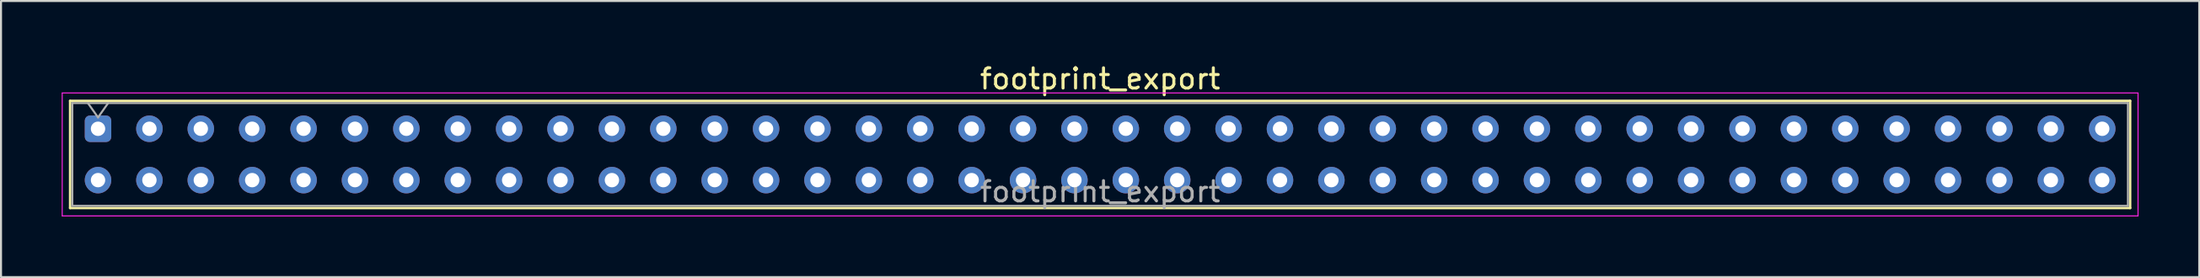
<source format=kicad_pcb>
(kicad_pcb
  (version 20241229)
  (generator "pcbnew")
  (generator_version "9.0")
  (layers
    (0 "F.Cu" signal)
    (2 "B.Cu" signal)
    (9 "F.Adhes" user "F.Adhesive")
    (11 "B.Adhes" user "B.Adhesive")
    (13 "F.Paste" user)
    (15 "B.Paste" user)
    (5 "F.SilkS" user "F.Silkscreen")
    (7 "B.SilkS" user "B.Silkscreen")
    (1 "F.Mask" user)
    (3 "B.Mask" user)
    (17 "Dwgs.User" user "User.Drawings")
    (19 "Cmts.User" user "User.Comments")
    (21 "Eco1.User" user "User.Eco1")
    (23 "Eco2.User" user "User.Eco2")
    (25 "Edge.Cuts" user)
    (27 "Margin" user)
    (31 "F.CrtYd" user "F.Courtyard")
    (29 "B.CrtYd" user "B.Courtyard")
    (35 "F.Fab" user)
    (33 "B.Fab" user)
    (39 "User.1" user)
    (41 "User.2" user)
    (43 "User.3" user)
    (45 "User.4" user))
  (footprint "footprint_export"
    (layer "F.Cu")
    (at 1.795 3.318)
    (property "Reference" "footprint_export" (at 49.53 -2.47 0) (layer "F.SilkS") (effects (font (size 1 1) (thickness 0.15))))
    (attr through_hole)
    (fp_line (start -1.38 -1.38) (end 100.44 -1.38) (stroke (width 0.12) (type solid)) (layer "F.SilkS"))
    (fp_line (start -1.38 3.92) (end -1.38 -1.38) (stroke (width 0.12) (type solid)) (layer "F.SilkS"))
    (fp_line (start 100.44 -1.38) (end 100.44 3.92) (stroke (width 0.12) (type solid)) (layer "F.SilkS"))
    (fp_line (start 100.44 3.92) (end -1.38 3.92) (stroke (width 0.12) (type solid)) (layer "F.SilkS"))
    (fp_line (start -1.77 -1.77) (end 100.83 -1.77) (stroke (width 0.05) (type solid)) (layer "F.CrtYd"))
    (fp_line (start -1.77 4.31) (end -1.77 -1.77) (stroke (width 0.05) (type solid)) (layer "F.CrtYd"))
    (fp_line (start 100.83 -1.77) (end 100.83 4.31) (stroke (width 0.05) (type solid)) (layer "F.CrtYd"))
    (fp_line (start 100.83 4.31) (end -1.77 4.31) (stroke (width 0.05) (type solid)) (layer "F.CrtYd"))
    (fp_line (start -1.27 -1.27) (end 100.33 -1.27) (stroke (width 0.1) (type solid)) (layer "F.Fab"))
    (fp_line (start -1.27 3.81) (end -1.27 -1.27) (stroke (width 0.1) (type solid)) (layer "F.Fab"))
    (fp_line (start -0.5 -1.27) (end 0 -0.563) (stroke (width 0.1) (type solid)) (layer "F.Fab"))
    (fp_line (start 0 -0.563) (end 0.5 -1.27) (stroke (width 0.1) (type solid)) (layer "F.Fab"))
    (fp_line (start 100.33 -1.27) (end 100.33 3.81) (stroke (width 0.1) (type solid)) (layer "F.Fab"))
    (fp_line (start 100.33 3.81) (end -1.27 3.81) (stroke (width 0.1) (type solid)) (layer "F.Fab"))
    (fp_text user "${REFERENCE}" (at 49.53 3.11 0) (layer "F.Fab") (effects (font (size 1 1) (thickness 0.15))))
    (pad "1" thru_hole roundrect (at 0 0) (size 1.31 1.31) (drill 0.71) (layers "*.Cu" "*.Mask") (roundrect_rratio 0.191))
    (pad "2" thru_hole circle (at 0 2.54) (size 1.31 1.31) (drill 0.71) (layers "*.Cu" "*.Mask"))
    (pad "3" thru_hole circle (at 2.54 0) (size 1.31 1.31) (drill 0.71) (layers "*.Cu" "*.Mask"))
    (pad "4" thru_hole circle (at 2.54 2.54) (size 1.31 1.31) (drill 0.71) (layers "*.Cu" "*.Mask"))
    (pad "5" thru_hole circle (at 5.08 0) (size 1.31 1.31) (drill 0.71) (layers "*.Cu" "*.Mask"))
    (pad "6" thru_hole circle (at 5.08 2.54) (size 1.31 1.31) (drill 0.71) (layers "*.Cu" "*.Mask"))
    (pad "7" thru_hole circle (at 7.62 0) (size 1.31 1.31) (drill 0.71) (layers "*.Cu" "*.Mask"))
    (pad "8" thru_hole circle (at 7.62 2.54) (size 1.31 1.31) (drill 0.71) (layers "*.Cu" "*.Mask"))
    (pad "9" thru_hole circle (at 10.16 0) (size 1.31 1.31) (drill 0.71) (layers "*.Cu" "*.Mask"))
    (pad "10" thru_hole circle (at 10.16 2.54) (size 1.31 1.31) (drill 0.71) (layers "*.Cu" "*.Mask"))
    (pad "11" thru_hole circle (at 12.7 0) (size 1.31 1.31) (drill 0.71) (layers "*.Cu" "*.Mask"))
    (pad "12" thru_hole circle (at 12.7 2.54) (size 1.31 1.31) (drill 0.71) (layers "*.Cu" "*.Mask"))
    (pad "13" thru_hole circle (at 15.24 0) (size 1.31 1.31) (drill 0.71) (layers "*.Cu" "*.Mask"))
    (pad "14" thru_hole circle (at 15.24 2.54) (size 1.31 1.31) (drill 0.71) (layers "*.Cu" "*.Mask"))
    (pad "15" thru_hole circle (at 17.78 0) (size 1.31 1.31) (drill 0.71) (layers "*.Cu" "*.Mask"))
    (pad "16" thru_hole circle (at 17.78 2.54) (size 1.31 1.31) (drill 0.71) (layers "*.Cu" "*.Mask"))
    (pad "17" thru_hole circle (at 20.32 0) (size 1.31 1.31) (drill 0.71) (layers "*.Cu" "*.Mask"))
    (pad "18" thru_hole circle (at 20.32 2.54) (size 1.31 1.31) (drill 0.71) (layers "*.Cu" "*.Mask"))
    (pad "19" thru_hole circle (at 22.86 0) (size 1.31 1.31) (drill 0.71) (layers "*.Cu" "*.Mask"))
    (pad "20" thru_hole circle (at 22.86 2.54) (size 1.31 1.31) (drill 0.71) (layers "*.Cu" "*.Mask"))
    (pad "21" thru_hole circle (at 25.4 0) (size 1.31 1.31) (drill 0.71) (layers "*.Cu" "*.Mask"))
    (pad "22" thru_hole circle (at 25.4 2.54) (size 1.31 1.31) (drill 0.71) (layers "*.Cu" "*.Mask"))
    (pad "23" thru_hole circle (at 27.94 0) (size 1.31 1.31) (drill 0.71) (layers "*.Cu" "*.Mask"))
    (pad "24" thru_hole circle (at 27.94 2.54) (size 1.31 1.31) (drill 0.71) (layers "*.Cu" "*.Mask"))
    (pad "25" thru_hole circle (at 30.48 0) (size 1.31 1.31) (drill 0.71) (layers "*.Cu" "*.Mask"))
    (pad "26" thru_hole circle (at 30.48 2.54) (size 1.31 1.31) (drill 0.71) (layers "*.Cu" "*.Mask"))
    (pad "27" thru_hole circle (at 33.02 0) (size 1.31 1.31) (drill 0.71) (layers "*.Cu" "*.Mask"))
    (pad "28" thru_hole circle (at 33.02 2.54) (size 1.31 1.31) (drill 0.71) (layers "*.Cu" "*.Mask"))
    (pad "29" thru_hole circle (at 35.56 0) (size 1.31 1.31) (drill 0.71) (layers "*.Cu" "*.Mask"))
    (pad "30" thru_hole circle (at 35.56 2.54) (size 1.31 1.31) (drill 0.71) (layers "*.Cu" "*.Mask"))
    (pad "31" thru_hole circle (at 38.1 0) (size 1.31 1.31) (drill 0.71) (layers "*.Cu" "*.Mask"))
    (pad "32" thru_hole circle (at 38.1 2.54) (size 1.31 1.31) (drill 0.71) (layers "*.Cu" "*.Mask"))
    (pad "33" thru_hole circle (at 40.64 0) (size 1.31 1.31) (drill 0.71) (layers "*.Cu" "*.Mask"))
    (pad "34" thru_hole circle (at 40.64 2.54) (size 1.31 1.31) (drill 0.71) (layers "*.Cu" "*.Mask"))
    (pad "35" thru_hole circle (at 43.18 0) (size 1.31 1.31) (drill 0.71) (layers "*.Cu" "*.Mask"))
    (pad "36" thru_hole circle (at 43.18 2.54) (size 1.31 1.31) (drill 0.71) (layers "*.Cu" "*.Mask"))
    (pad "37" thru_hole circle (at 45.72 0) (size 1.31 1.31) (drill 0.71) (layers "*.Cu" "*.Mask"))
    (pad "38" thru_hole circle (at 45.72 2.54) (size 1.31 1.31) (drill 0.71) (layers "*.Cu" "*.Mask"))
    (pad "39" thru_hole circle (at 48.26 0) (size 1.31 1.31) (drill 0.71) (layers "*.Cu" "*.Mask"))
    (pad "40" thru_hole circle (at 48.26 2.54) (size 1.31 1.31) (drill 0.71) (layers "*.Cu" "*.Mask"))
    (pad "41" thru_hole circle (at 50.8 0) (size 1.31 1.31) (drill 0.71) (layers "*.Cu" "*.Mask"))
    (pad "42" thru_hole circle (at 50.8 2.54) (size 1.31 1.31) (drill 0.71) (layers "*.Cu" "*.Mask"))
    (pad "43" thru_hole circle (at 53.34 0) (size 1.31 1.31) (drill 0.71) (layers "*.Cu" "*.Mask"))
    (pad "44" thru_hole circle (at 53.34 2.54) (size 1.31 1.31) (drill 0.71) (layers "*.Cu" "*.Mask"))
    (pad "45" thru_hole circle (at 55.88 0) (size 1.31 1.31) (drill 0.71) (layers "*.Cu" "*.Mask"))
    (pad "46" thru_hole circle (at 55.88 2.54) (size 1.31 1.31) (drill 0.71) (layers "*.Cu" "*.Mask"))
    (pad "47" thru_hole circle (at 58.42 0) (size 1.31 1.31) (drill 0.71) (layers "*.Cu" "*.Mask"))
    (pad "48" thru_hole circle (at 58.42 2.54) (size 1.31 1.31) (drill 0.71) (layers "*.Cu" "*.Mask"))
    (pad "49" thru_hole circle (at 60.96 0) (size 1.31 1.31) (drill 0.71) (layers "*.Cu" "*.Mask"))
    (pad "50" thru_hole circle (at 60.96 2.54) (size 1.31 1.31) (drill 0.71) (layers "*.Cu" "*.Mask"))
    (pad "51" thru_hole circle (at 63.5 0) (size 1.31 1.31) (drill 0.71) (layers "*.Cu" "*.Mask"))
    (pad "52" thru_hole circle (at 63.5 2.54) (size 1.31 1.31) (drill 0.71) (layers "*.Cu" "*.Mask"))
    (pad "53" thru_hole circle (at 66.04 0) (size 1.31 1.31) (drill 0.71) (layers "*.Cu" "*.Mask"))
    (pad "54" thru_hole circle (at 66.04 2.54) (size 1.31 1.31) (drill 0.71) (layers "*.Cu" "*.Mask"))
    (pad "55" thru_hole circle (at 68.58 0) (size 1.31 1.31) (drill 0.71) (layers "*.Cu" "*.Mask"))
    (pad "56" thru_hole circle (at 68.58 2.54) (size 1.31 1.31) (drill 0.71) (layers "*.Cu" "*.Mask"))
    (pad "57" thru_hole circle (at 71.12 0) (size 1.31 1.31) (drill 0.71) (layers "*.Cu" "*.Mask"))
    (pad "58" thru_hole circle (at 71.12 2.54) (size 1.31 1.31) (drill 0.71) (layers "*.Cu" "*.Mask"))
    (pad "59" thru_hole circle (at 73.66 0) (size 1.31 1.31) (drill 0.71) (layers "*.Cu" "*.Mask"))
    (pad "60" thru_hole circle (at 73.66 2.54) (size 1.31 1.31) (drill 0.71) (layers "*.Cu" "*.Mask"))
    (pad "61" thru_hole circle (at 76.2 0) (size 1.31 1.31) (drill 0.71) (layers "*.Cu" "*.Mask"))
    (pad "62" thru_hole circle (at 76.2 2.54) (size 1.31 1.31) (drill 0.71) (layers "*.Cu" "*.Mask"))
    (pad "63" thru_hole circle (at 78.74 0) (size 1.31 1.31) (drill 0.71) (layers "*.Cu" "*.Mask"))
    (pad "64" thru_hole circle (at 78.74 2.54) (size 1.31 1.31) (drill 0.71) (layers "*.Cu" "*.Mask"))
    (pad "65" thru_hole circle (at 81.28 0) (size 1.31 1.31) (drill 0.71) (layers "*.Cu" "*.Mask"))
    (pad "66" thru_hole circle (at 81.28 2.54) (size 1.31 1.31) (drill 0.71) (layers "*.Cu" "*.Mask"))
    (pad "67" thru_hole circle (at 83.82 0) (size 1.31 1.31) (drill 0.71) (layers "*.Cu" "*.Mask"))
    (pad "68" thru_hole circle (at 83.82 2.54) (size 1.31 1.31) (drill 0.71) (layers "*.Cu" "*.Mask"))
    (pad "69" thru_hole circle (at 86.36 0) (size 1.31 1.31) (drill 0.71) (layers "*.Cu" "*.Mask"))
    (pad "70" thru_hole circle (at 86.36 2.54) (size 1.31 1.31) (drill 0.71) (layers "*.Cu" "*.Mask"))
    (pad "71" thru_hole circle (at 88.9 0) (size 1.31 1.31) (drill 0.71) (layers "*.Cu" "*.Mask"))
    (pad "72" thru_hole circle (at 88.9 2.54) (size 1.31 1.31) (drill 0.71) (layers "*.Cu" "*.Mask"))
    (pad "73" thru_hole circle (at 91.44 0) (size 1.31 1.31) (drill 0.71) (layers "*.Cu" "*.Mask"))
    (pad "74" thru_hole circle (at 91.44 2.54) (size 1.31 1.31) (drill 0.71) (layers "*.Cu" "*.Mask"))
    (pad "75" thru_hole circle (at 93.98 0) (size 1.31 1.31) (drill 0.71) (layers "*.Cu" "*.Mask"))
    (pad "76" thru_hole circle (at 93.98 2.54) (size 1.31 1.31) (drill 0.71) (layers "*.Cu" "*.Mask"))
    (pad "77" thru_hole circle (at 96.52 0) (size 1.31 1.31) (drill 0.71) (layers "*.Cu" "*.Mask"))
    (pad "78" thru_hole circle (at 96.52 2.54) (size 1.31 1.31) (drill 0.71) (layers "*.Cu" "*.Mask"))
    (pad "79" thru_hole circle (at 99.06 0) (size 1.31 1.31) (drill 0.71) (layers "*.Cu" "*.Mask"))
    (pad "80" thru_hole circle (at 99.06 2.54) (size 1.31 1.31) (drill 0.71) (layers "*.Cu" "*.Mask")))
  (gr_rect
    (start -3 -3)
    (end 105.65 10.653)
    (stroke (width 0.1) (type default))
    (fill no)
    (layer "Edge.Cuts")))
</source>
